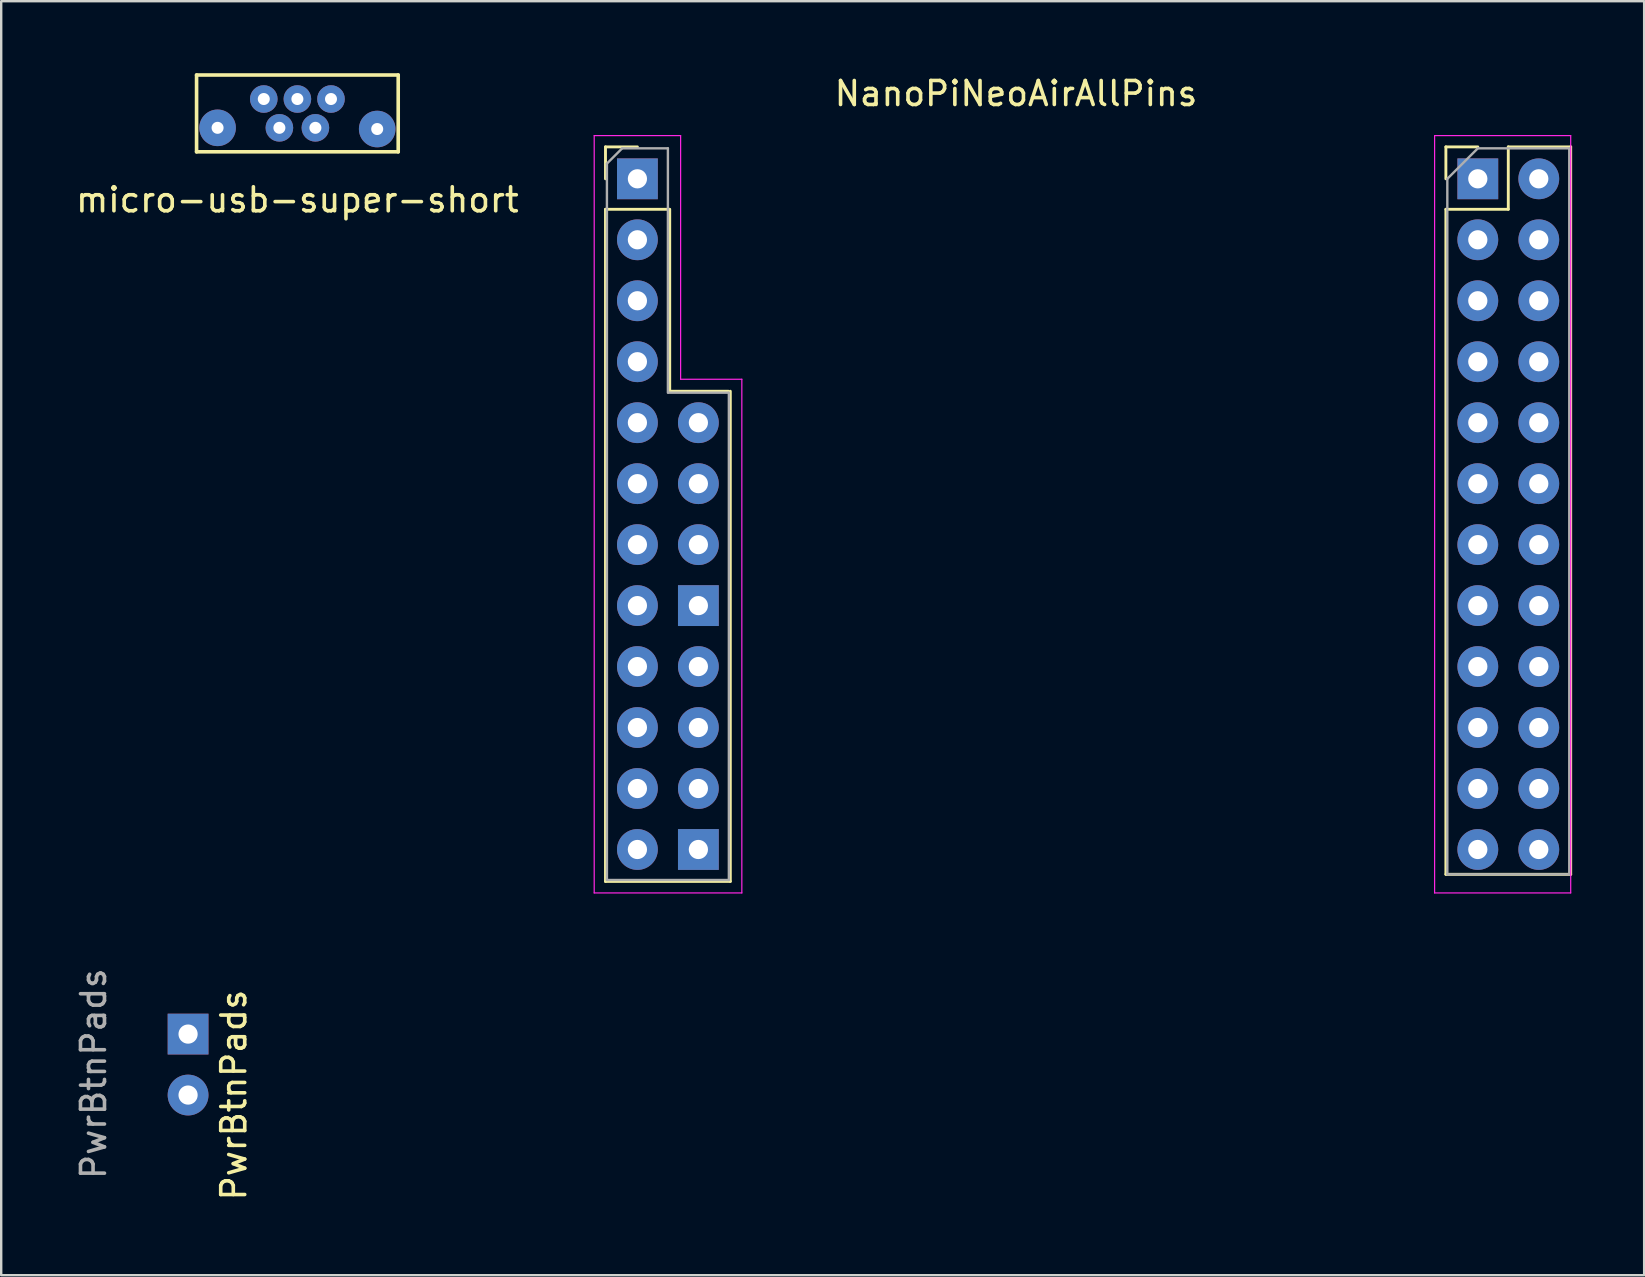
<source format=kicad_pcb>
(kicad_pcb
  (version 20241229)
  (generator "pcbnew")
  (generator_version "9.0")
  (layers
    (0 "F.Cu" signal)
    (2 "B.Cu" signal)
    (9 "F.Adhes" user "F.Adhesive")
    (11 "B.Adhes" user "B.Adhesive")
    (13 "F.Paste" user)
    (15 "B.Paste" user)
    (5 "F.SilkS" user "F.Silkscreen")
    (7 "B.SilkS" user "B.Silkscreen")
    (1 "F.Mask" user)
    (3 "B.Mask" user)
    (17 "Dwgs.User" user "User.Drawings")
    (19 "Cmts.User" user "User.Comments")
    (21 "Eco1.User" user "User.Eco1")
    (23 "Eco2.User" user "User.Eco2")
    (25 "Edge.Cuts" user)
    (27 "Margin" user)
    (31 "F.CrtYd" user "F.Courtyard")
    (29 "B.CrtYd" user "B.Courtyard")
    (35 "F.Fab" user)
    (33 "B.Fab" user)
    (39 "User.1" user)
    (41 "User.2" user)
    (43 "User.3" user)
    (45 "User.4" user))
  (footprint "PwrBtnPads"
    (layer "F.Cu")
    (at 4.785 40.029)
    (property "Reference" "PwrBtnPads" (at 1.905 2.54 90) (layer "F.SilkS") (effects (font (size 1 1) (thickness 0.15))))
    (attr through_hole)
    (fp_text user "${REFERENCE}" (at -3.937 1.651 90) (layer "F.Fab") (effects (font (size 1 1) (thickness 0.15))))
    (pad "1" thru_hole rect (at 0 0) (size 1.7 1.7) (drill 0.8) (layers "*.Cu" "*.Mask"))
    (pad "2" thru_hole oval (at 0 2.54) (size 1.7 1.7) (drill 0.8) (layers "*.Cu" "*.Mask")))
  (footprint "NanoPiNeoAirAllPins"
    (layer "F.Cu")
    (at 42.284 18.374)
    (property "Reference" "NanoPiNeoAirAllPins" (at -3.008 -17.526 0) (layer "F.SilkS") (effects (font (size 1 1) (thickness 0.15))))
    (attr through_hole)
    (fp_line (start -20.11 -15.305) (end -18.78 -15.305) (stroke (width 0.12) (type solid)) (layer "F.SilkS"))
    (fp_line (start -20.11 -13.975) (end -20.11 -15.305) (stroke (width 0.12) (type solid)) (layer "F.SilkS"))
    (fp_line (start -20.11 -12.705) (end -20.11 15.295) (stroke (width 0.12) (type solid)) (layer "F.SilkS"))
    (fp_line (start -20.11 -12.705) (end -17.45 -12.705) (stroke (width 0.12) (type solid)) (layer "F.SilkS"))
    (fp_line (start -20.11 15.295) (end -14.91 15.295) (stroke (width 0.12) (type solid)) (layer "F.SilkS"))
    (fp_line (start -17.44 -5.125) (end -14.99 -5.125) (stroke (width 0.12) (type solid)) (layer "F.SilkS"))
    (fp_line (start -17.434 -12.705) (end -17.434 -5.125) (stroke (width 0.12) (type solid)) (layer "F.SilkS"))
    (fp_line (start -14.91 -5.125) (end -14.91 15.295) (stroke (width 0.12) (type solid)) (layer "F.SilkS"))
    (fp_line (start 14.9 -15.305) (end 16.23 -15.305) (stroke (width 0.12) (type solid)) (layer "F.SilkS"))
    (fp_line (start 14.9 -13.975) (end 14.9 -15.305) (stroke (width 0.12) (type solid)) (layer "F.SilkS"))
    (fp_line (start 14.9 -12.705) (end 14.9 15) (stroke (width 0.12) (type solid)) (layer "F.SilkS"))
    (fp_line (start 14.9 -12.705) (end 17.5 -12.705) (stroke (width 0.12) (type solid)) (layer "F.SilkS"))
    (fp_line (start 14.9 15) (end 20.1 15) (stroke (width 0.12) (type solid)) (layer "F.SilkS"))
    (fp_line (start 17.5 -15.305) (end 20.1 -15.305) (stroke (width 0.12) (type solid)) (layer "F.SilkS"))
    (fp_line (start 17.5 -12.705) (end 17.5 -15.305) (stroke (width 0.12) (type solid)) (layer "F.SilkS"))
    (fp_line (start 20.1 -15.305) (end 20.1 15) (stroke (width 0.12) (type solid)) (layer "F.SilkS"))
    (fp_line (start -20.58 -15.775) (end -20.58 15.775) (stroke (width 0.05) (type solid)) (layer "F.CrtYd"))
    (fp_line (start -20.58 15.775) (end -14.43 15.775) (stroke (width 0.05) (type solid)) (layer "F.CrtYd"))
    (fp_line (start -16.98 -15.775) (end -20.58 -15.775) (stroke (width 0.05) (type solid)) (layer "F.CrtYd"))
    (fp_line (start -16.98 -5.625) (end -16.98 -15.775) (stroke (width 0.05) (type solid)) (layer "F.CrtYd"))
    (fp_line (start -14.43 -5.625) (end -16.98 -5.625) (stroke (width 0.05) (type solid)) (layer "F.CrtYd"))
    (fp_line (start -14.43 15.775) (end -14.43 -5.625) (stroke (width 0.05) (type solid)) (layer "F.CrtYd"))
    (fp_line (start 14.43 -15.775) (end 14.43 15.775) (stroke (width 0.05) (type solid)) (layer "F.CrtYd"))
    (fp_line (start 14.43 15.775) (end 20.1 15.775) (stroke (width 0.05) (type solid)) (layer "F.CrtYd"))
    (fp_line (start 20.1 -15.775) (end 14.43 -15.775) (stroke (width 0.05) (type solid)) (layer "F.CrtYd"))
    (fp_line (start 20.1 15.775) (end 20.1 -15.775) (stroke (width 0.05) (type solid)) (layer "F.CrtYd"))
    (fp_line (start -20.05 -14.61) (end -19.415 -15.245) (stroke (width 0.1) (type solid)) (layer "F.Fab"))
    (fp_line (start -20.05 15.235) (end -20.05 -14.61) (stroke (width 0.1) (type solid)) (layer "F.Fab"))
    (fp_line (start -19.415 -15.245) (end -17.51 -15.245) (stroke (width 0.1) (type solid)) (layer "F.Fab"))
    (fp_line (start -17.51 -15.245) (end -17.51 -5.065) (stroke (width 0.1) (type solid)) (layer "F.Fab"))
    (fp_line (start -17.49 -5.065) (end -14.99 -5.065) (stroke (width 0.1) (type solid)) (layer "F.Fab"))
    (fp_line (start -14.97 -5.065) (end -14.97 15.235) (stroke (width 0.1) (type solid)) (layer "F.Fab"))
    (fp_line (start -14.97 15.235) (end -20.05 15.235) (stroke (width 0.1) (type solid)) (layer "F.Fab"))
    (fp_line (start 14.96 -13.975) (end 16.23 -15.245) (stroke (width 0.1) (type solid)) (layer "F.Fab"))
    (fp_line (start 14.96 15) (end 14.96 -13.975) (stroke (width 0.1) (type solid)) (layer "F.Fab"))
    (fp_line (start 16.23 -15.245) (end 20.04 -15.245) (stroke (width 0.1) (type solid)) (layer "F.Fab"))
    (fp_line (start 20.04 -15.245) (end 20.04 15) (stroke (width 0.1) (type solid)) (layer "F.Fab"))
    (fp_line (start 20.04 15) (end 14.96 15) (stroke (width 0.1) (type solid)) (layer "F.Fab"))
    (pad "1" thru_hole rect (at 16.23 -13.975) (size 1.7 1.7) (drill 0.8) (layers "*.Cu" "*.Mask"))
    (pad "2" thru_hole oval (at 18.77 -13.975) (size 1.7 1.7) (drill 0.8) (layers "*.Cu" "*.Mask"))
    (pad "3" thru_hole oval (at 16.23 -11.435) (size 1.7 1.7) (drill 0.8) (layers "*.Cu" "*.Mask"))
    (pad "4" thru_hole oval (at 18.77 -11.435) (size 1.7 1.7) (drill 0.8) (layers "*.Cu" "*.Mask"))
    (pad "5" thru_hole oval (at 16.23 -8.895) (size 1.7 1.7) (drill 0.8) (layers "*.Cu" "*.Mask"))
    (pad "6" thru_hole oval (at 18.77 -8.895) (size 1.7 1.7) (drill 0.8) (layers "*.Cu" "*.Mask"))
    (pad "7" thru_hole oval (at 16.23 -6.355) (size 1.7 1.7) (drill 0.8) (layers "*.Cu" "*.Mask"))
    (pad "8" thru_hole oval (at 18.77 -6.355) (size 1.7 1.7) (drill 0.8) (layers "*.Cu" "*.Mask"))
    (pad "9" thru_hole oval (at 16.23 -3.815) (size 1.7 1.7) (drill 0.8) (layers "*.Cu" "*.Mask"))
    (pad "10" thru_hole oval (at 18.77 -3.815) (size 1.7 1.7) (drill 0.8) (layers "*.Cu" "*.Mask"))
    (pad "11" thru_hole oval (at 16.23 -1.275) (size 1.7 1.7) (drill 0.8) (layers "*.Cu" "*.Mask"))
    (pad "12" thru_hole oval (at 18.77 -1.275) (size 1.7 1.7) (drill 0.8) (layers "*.Cu" "*.Mask"))
    (pad "13" thru_hole oval (at 16.23 1.265) (size 1.7 1.7) (drill 0.8) (layers "*.Cu" "*.Mask"))
    (pad "14" thru_hole oval (at 18.77 1.265) (size 1.7 1.7) (drill 0.8) (layers "*.Cu" "*.Mask"))
    (pad "15" thru_hole oval (at 16.23 3.805) (size 1.7 1.7) (drill 0.8) (layers "*.Cu" "*.Mask"))
    (pad "16" thru_hole oval (at 18.77 3.805) (size 1.7 1.7) (drill 0.8) (layers "*.Cu" "*.Mask"))
    (pad "17" thru_hole oval (at 16.23 6.345) (size 1.7 1.7) (drill 0.8) (layers "*.Cu" "*.Mask"))
    (pad "18" thru_hole oval (at 18.77 6.345) (size 1.7 1.7) (drill 0.8) (layers "*.Cu" "*.Mask"))
    (pad "19" thru_hole oval (at 16.23 8.885) (size 1.7 1.7) (drill 0.8) (layers "*.Cu" "*.Mask"))
    (pad "20" thru_hole oval (at 18.77 8.885) (size 1.7 1.7) (drill 0.8) (layers "*.Cu" "*.Mask"))
    (pad "21" thru_hole oval (at 16.23 11.425) (size 1.7 1.7) (drill 0.8) (layers "*.Cu" "*.Mask"))
    (pad "22" thru_hole oval (at 18.77 11.425) (size 1.7 1.7) (drill 0.8) (layers "*.Cu" "*.Mask"))
    (pad "23" thru_hole oval (at 16.23 13.965) (size 1.7 1.7) (drill 0.8) (layers "*.Cu" "*.Mask"))
    (pad "24" thru_hole oval (at 18.77 13.965) (size 1.7 1.7) (drill 0.8) (layers "*.Cu" "*.Mask"))
    (pad "31" thru_hole rect (at -18.78 -13.975) (size 1.7 1.7) (drill 0.8) (layers "*.Cu" "*.Mask"))
    (pad "32" thru_hole oval (at -18.78 -11.435) (size 1.7 1.7) (drill 0.8) (layers "*.Cu" "*.Mask"))
    (pad "33" thru_hole oval (at -18.78 -8.895) (size 1.7 1.7) (drill 0.8) (layers "*.Cu" "*.Mask"))
    (pad "34" thru_hole oval (at -18.78 -6.355) (size 1.7 1.7) (drill 0.8) (layers "*.Cu" "*.Mask"))
    (pad "35" thru_hole oval (at -18.78 -3.815) (size 1.7 1.7) (drill 0.8) (layers "*.Cu" "*.Mask"))
    (pad "36" thru_hole oval (at -18.78 -1.275) (size 1.7 1.7) (drill 0.8) (layers "*.Cu" "*.Mask"))
    (pad "37" thru_hole oval (at -18.78 1.265) (size 1.7 1.7) (drill 0.8) (layers "*.Cu" "*.Mask"))
    (pad "38" thru_hole oval (at -18.78 3.805) (size 1.7 1.7) (drill 0.8) (layers "*.Cu" "*.Mask"))
    (pad "39" thru_hole oval (at -18.78 6.345) (size 1.7 1.7) (drill 0.8) (layers "*.Cu" "*.Mask"))
    (pad "40" thru_hole oval (at -18.78 8.885) (size 1.7 1.7) (drill 0.8) (layers "*.Cu" "*.Mask"))
    (pad "41" thru_hole oval (at -18.78 11.425) (size 1.7 1.7) (drill 0.8) (layers "*.Cu" "*.Mask"))
    (pad "42" thru_hole oval (at -18.78 13.965) (size 1.7 1.7) (drill 0.8) (layers "*.Cu" "*.Mask"))
    (pad "51" thru_hole rect (at -16.24 13.965) (size 1.7 1.7) (drill 0.8) (layers "*.Cu" "*.Mask"))
    (pad "52" thru_hole oval (at -16.24 11.425) (size 1.7 1.7) (drill 0.8) (layers "*.Cu" "*.Mask"))
    (pad "53" thru_hole oval (at -16.24 8.885) (size 1.7 1.7) (drill 0.8) (layers "*.Cu" "*.Mask"))
    (pad "54" thru_hole oval (at -16.24 6.345) (size 1.7 1.7) (drill 0.8) (layers "*.Cu" "*.Mask"))
    (pad "61" thru_hole rect (at -16.24 3.805) (size 1.7 1.7) (drill 0.8) (layers "*.Cu" "*.Mask"))
    (pad "62" thru_hole oval (at -16.24 1.265) (size 1.7 1.7) (drill 0.8) (layers "*.Cu" "*.Mask"))
    (pad "63" thru_hole oval (at -16.24 -1.275) (size 1.7 1.7) (drill 0.8) (layers "*.Cu" "*.Mask"))
    (pad "64" thru_hole oval (at -16.24 -3.815) (size 1.7 1.7) (drill 0.8) (layers "*.Cu" "*.Mask")))
  (footprint "micro-usb-super-short"
    (layer "F.Cu")
    (at 9.339 2.275)
    (property "Reference" "micro-usb-super-short" (at 0 3 0) (layer "F.SilkS") (effects (font (size 1 1) (thickness 0.15))))
    (attr through_hole)
    (fp_line (start -4.2 -2.2) (end -4.2 1) (stroke (width 0.15) (type solid)) (layer "F.SilkS"))
    (fp_line (start -4.2 1) (end 4.2 1) (stroke (width 0.15) (type solid)) (layer "F.SilkS"))
    (fp_line (start 4.2 -2.2) (end -4.2 -2.2) (stroke (width 0.15) (type solid)) (layer "F.SilkS"))
    (fp_line (start 4.2 1) (end 4.2 -2.2) (stroke (width 0.15) (type solid)) (layer "F.SilkS"))
    (pad "1" thru_hole circle (at -1.4 -1.2) (size 1.15 1.15) (drill 0.5) (layers "*.Cu" "*.Mask"))
    (pad "2" thru_hole circle (at -0.75 0) (size 1.15 1.15) (drill 0.5) (layers "*.Cu" "*.Mask"))
    (pad "3" thru_hole circle (at 0 -1.2) (size 1.15 1.15) (drill 0.5) (layers "*.Cu" "*.Mask"))
    (pad "4" thru_hole circle (at 0.75 0) (size 1.15 1.15) (drill 0.5) (layers "*.Cu" "*.Mask"))
    (pad "5" thru_hole circle (at 1.4 -1.2) (size 1.15 1.15) (drill 0.5) (layers "*.Cu" "*.Mask"))
    (pad "6" thru_hole circle (at -3.325 0) (size 1.524 1.524) (drill 0.5) (layers "*.Cu" "*.Mask"))
    (pad "6" thru_hole circle (at 3.325 0.05) (size 1.524 1.524) (drill 0.5) (layers "*.Cu" "*.Mask")))
  (gr_rect
    (start -3 -3)
    (end 65.444 50.075)
    (stroke (width 0.1) (type default))
    (fill no)
    (layer "Edge.Cuts")))
</source>
